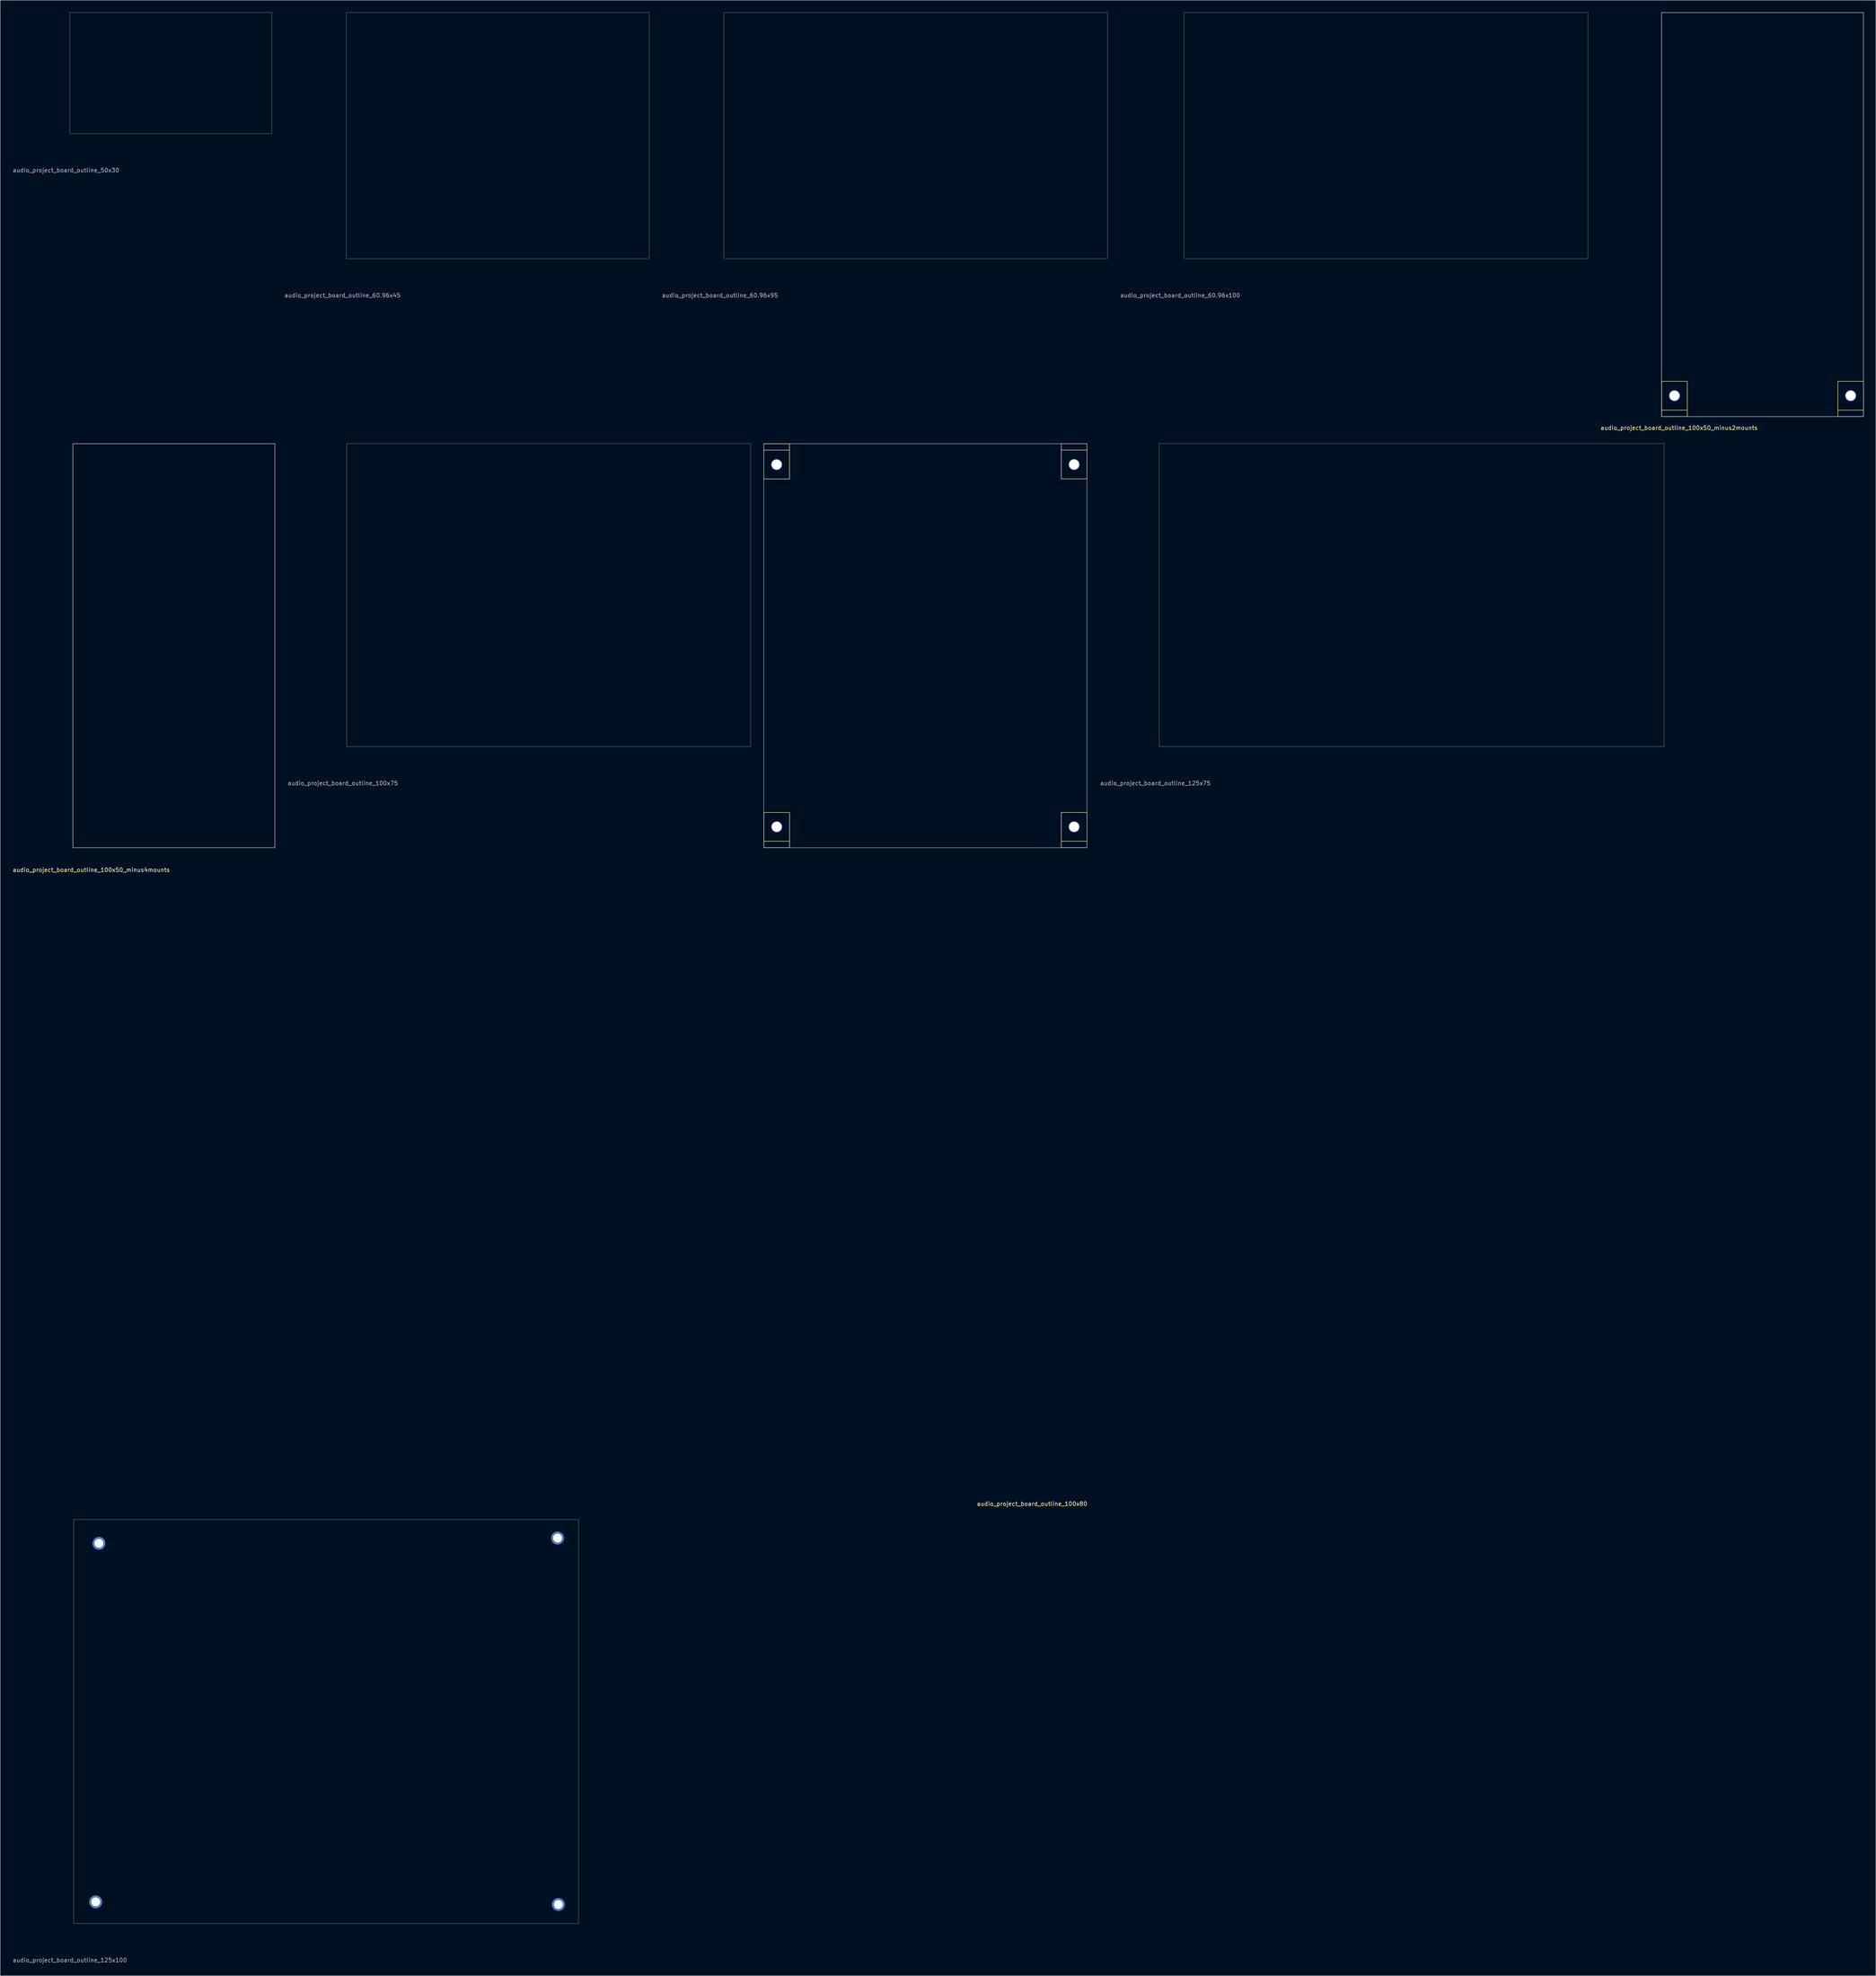
<source format=kicad_pcb>
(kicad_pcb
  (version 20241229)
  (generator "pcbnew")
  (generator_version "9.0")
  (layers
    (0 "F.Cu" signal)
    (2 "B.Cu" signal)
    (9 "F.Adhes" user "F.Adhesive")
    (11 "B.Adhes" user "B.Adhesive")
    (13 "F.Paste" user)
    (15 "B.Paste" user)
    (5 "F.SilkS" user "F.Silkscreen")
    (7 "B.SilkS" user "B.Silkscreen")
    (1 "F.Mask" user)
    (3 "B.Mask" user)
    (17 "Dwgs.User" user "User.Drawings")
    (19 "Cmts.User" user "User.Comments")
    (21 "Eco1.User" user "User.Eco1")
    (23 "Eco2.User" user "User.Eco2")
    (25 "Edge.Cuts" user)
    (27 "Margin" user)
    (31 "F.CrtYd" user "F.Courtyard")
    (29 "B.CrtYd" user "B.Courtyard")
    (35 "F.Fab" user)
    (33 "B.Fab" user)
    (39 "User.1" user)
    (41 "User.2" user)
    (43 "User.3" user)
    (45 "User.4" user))
  (footprint "audio_project_board_outline_60.96x45"
    (layer "F.Cu")
    (at 82.699 60.985)
    (property "Reference" "audio_project_board_outline_60.96x45" (at -0.95 9.075 180) (layer "F.Fab") (effects (font (size 1 1) (thickness 0.15))))
    (fp_rect (start 0 0) (end 75 -60.96) (stroke (width 0.05) (type default)) (fill no) (layer "Edge.Cuts")))
  (footprint "audio_project_board_outline_100x75"
    (layer "F.Cu")
    (at 82.781 181.733)
    (property "Reference" "audio_project_board_outline_100x75" (at -0.95 9.075 180) (layer "F.Fab") (effects (font (size 1 1) (thickness 0.15))))
    (fp_rect (start 0 0) (end 100 -75) (stroke (width 0.05) (type default)) (fill no) (layer "Edge.Cuts")))
  (footprint "audio_project_board_outline_125x75"
    (layer "F.Cu")
    (at 283.956 181.733)
    (property "Reference" "audio_project_board_outline_125x75" (at -0.95 9.075 180) (layer "F.Fab") (effects (font (size 1 1) (thickness 0.15))))
    (fp_rect (start 0 0) (end 125 -75) (stroke (width 0.05) (type solid)) (fill no) (layer "Edge.Cuts")))
  (footprint "audio_project_board_outline_60.96x95"
    (layer "F.Cu")
    (at 176.156 60.985)
    (property "Reference" "audio_project_board_outline_60.96x95" (at -0.95 9.075 180) (layer "F.Fab") (effects (font (size 1 1) (thickness 0.15))))
    (fp_rect (start 0 0) (end 95 -60.96) (stroke (width 0.05) (type default)) (fill no) (layer "Edge.Cuts")))
  (footprint "audio_project_board_outline_100x80"
    (layer "F.Cu")
    (at 186.056 206.768)
    (property "Reference" "audio_project_board_outline_100x80" (at 66.414 162.401 180) (layer "F.SilkS") (effects (font (size 1 1) (thickness 0.15))))
    (attr through_hole)
    (fp_line (start 0 -99.981) (end 0 -91.269) (stroke (width 0.12) (type solid)) (layer "F.SilkS"))
    (fp_line (start 0 -99.981) (end 6.35 -99.981) (stroke (width 0.12) (type solid)) (layer "F.SilkS"))
    (fp_line (start 0 -98.406) (end 6.35 -98.406) (stroke (width 0.12) (type solid)) (layer "F.SilkS"))
    (fp_line (start 0 -91.269) (end 6.35 -91.269) (stroke (width 0.12) (type solid)) (layer "F.SilkS"))
    (fp_line (start 0.025 -0.019) (end 0.025 -8.731) (stroke (width 0.12) (type solid)) (layer "F.SilkS"))
    (fp_line (start 6.35 -99.981) (end 6.35 -91.269) (stroke (width 0.12) (type solid)) (layer "F.SilkS"))
    (fp_line (start 6.375 -8.731) (end 0.025 -8.731) (stroke (width 0.12) (type solid)) (layer "F.SilkS"))
    (fp_line (start 6.375 -1.594) (end 0.025 -1.594) (stroke (width 0.12) (type solid)) (layer "F.SilkS"))
    (fp_line (start 6.375 -0.019) (end 0.025 -0.019) (stroke (width 0.12) (type solid)) (layer "F.SilkS"))
    (fp_line (start 6.375 -0.019) (end 6.375 -8.731) (stroke (width 0.12) (type solid)) (layer "F.SilkS"))
    (fp_line (start 73.65 -100) (end 73.65 -91.288) (stroke (width 0.12) (type solid)) (layer "F.SilkS"))
    (fp_line (start 73.65 -100) (end 80 -100) (stroke (width 0.12) (type solid)) (layer "F.SilkS"))
    (fp_line (start 73.65 -98.425) (end 80 -98.425) (stroke (width 0.12) (type solid)) (layer "F.SilkS"))
    (fp_line (start 73.65 -91.288) (end 80 -91.288) (stroke (width 0.12) (type solid)) (layer "F.SilkS"))
    (fp_line (start 73.65 -0.019) (end 73.65 -8.731) (stroke (width 0.12) (type solid)) (layer "F.SilkS"))
    (fp_line (start 80 -100) (end 80 -91.288) (stroke (width 0.12) (type solid)) (layer "F.SilkS"))
    (fp_line (start 80 -8.731) (end 73.65 -8.731) (stroke (width 0.12) (type solid)) (layer "F.SilkS"))
    (fp_line (start 80 -1.594) (end 73.65 -1.594) (stroke (width 0.12) (type solid)) (layer "F.SilkS"))
    (fp_line (start 80 -0.019) (end 73.65 -0.019) (stroke (width 0.12) (type solid)) (layer "F.SilkS"))
    (fp_line (start 80 -0.019) (end 80 -8.731) (stroke (width 0.12) (type solid)) (layer "F.SilkS"))
    (fp_rect (start 0 -100) (end 80 0) (stroke (width 0.1) (type solid)) (fill no) (layer "Edge.Cuts"))
    (pad "1" thru_hole circle (at 3.175 -94.825 90) (size 2.75 2.75) (drill 2.45) (layers "*.Cu" "*.Mask"))
    (pad "1" thru_hole circle (at 3.2 -5.175 270) (size 2.75 2.75) (drill 2.45) (layers "*.Cu" "*.Mask"))
    (pad "1" thru_hole circle (at 76.825 -94.844 90) (size 2.75 2.75) (drill 2.45) (layers "*.Cu" "*.Mask"))
    (pad "1" thru_hole circle (at 76.825 -5.175 270) (size 2.75 2.75) (drill 2.45) (layers "*.Cu" "*.Mask")))
  (footprint "audio_project_board_outline_100x50_minus2mounts"
    (layer "F.Cu")
    (at 408.318 100.06)
    (property "Reference" "audio_project_board_outline_100x50_minus2mounts" (at 4.35 2.8 180) (layer "F.SilkS") (effects (font (size 1 1) (thickness 0.15))))
    (attr through_hole)
    (fp_line (start 0.025 -0.019) (end 0.025 -8.731) (stroke (width 0.12) (type solid)) (layer "F.SilkS"))
    (fp_line (start 6.375 -8.731) (end 0.025 -8.731) (stroke (width 0.12) (type solid)) (layer "F.SilkS"))
    (fp_line (start 6.375 -1.594) (end 0.025 -1.594) (stroke (width 0.12) (type solid)) (layer "F.SilkS"))
    (fp_line (start 6.375 -0.019) (end 0.025 -0.019) (stroke (width 0.12) (type solid)) (layer "F.SilkS"))
    (fp_line (start 6.375 -0.019) (end 6.375 -8.731) (stroke (width 0.12) (type solid)) (layer "F.SilkS"))
    (fp_line (start 43.65 -0.019) (end 43.65 -8.731) (stroke (width 0.12) (type solid)) (layer "F.SilkS"))
    (fp_line (start 50 -8.731) (end 43.65 -8.731) (stroke (width 0.12) (type solid)) (layer "F.SilkS"))
    (fp_line (start 50 -1.594) (end 43.65 -1.594) (stroke (width 0.12) (type solid)) (layer "F.SilkS"))
    (fp_line (start 50 -0.019) (end 43.65 -0.019) (stroke (width 0.12) (type solid)) (layer "F.SilkS"))
    (fp_line (start 50 -0.019) (end 50 -8.731) (stroke (width 0.12) (type solid)) (layer "F.SilkS"))
    (fp_line (start 0 -100) (end 50 -100) (stroke (width 0.12) (type solid)) (layer "Edge.Cuts"))
    (fp_line (start 0 0) (end 0 -100) (stroke (width 0.12) (type solid)) (layer "Edge.Cuts"))
    (fp_line (start 0 0) (end 50 0) (stroke (width 0.12) (type solid)) (layer "Edge.Cuts"))
    (fp_line (start 50 0) (end 50 -100) (stroke (width 0.12) (type solid)) (layer "Edge.Cuts"))
    (pad "1" thru_hole circle (at 3.2 -5.175 270) (size 2.75 2.75) (drill 2.45) (layers "*.Cu" "*.Mask"))
    (pad "1" thru_hole circle (at 46.825 -5.175 270) (size 2.75 2.75) (drill 2.45) (layers "*.Cu" "*.Mask")))
  (footprint "audio_project_board_outline_100x50_minus4mounts"
    (layer "F.Cu")
    (at 15.004 206.768)
    (property "Reference" "audio_project_board_outline_100x50_minus4mounts" (at 4.55 5.5 180) (layer "F.SilkS") (effects (font (size 1 1) (thickness 0.15))))
    (attr through_hole)
    (fp_line (start 0 -100) (end 50 -100) (stroke (width 0.12) (type solid)) (layer "Edge.Cuts"))
    (fp_line (start 0 0) (end 0 -100) (stroke (width 0.12) (type solid)) (layer "Edge.Cuts"))
    (fp_line (start 0 0) (end 50 0) (stroke (width 0.12) (type solid)) (layer "Edge.Cuts"))
    (fp_line (start 50 0) (end 50 -100) (stroke (width 0.12) (type solid)) (layer "Edge.Cuts")))
  (footprint "audio_project_board_outline_50x30"
    (layer "F.Cu")
    (at 14.242 30.025)
    (property "Reference" "audio_project_board_outline_50x30" (at -0.95 9.075 180) (layer "F.Fab") (effects (font (size 1 1) (thickness 0.15))))
    (fp_rect (start 0 -30) (end 50 0) (stroke (width 0.05) (type solid)) (fill no) (layer "Edge.Cuts")))
  (footprint "audio_project_board_outline_60.96x100"
    (layer "F.Cu")
    (at 290.089 60.985)
    (property "Reference" "audio_project_board_outline_60.96x100" (at -0.95 9.075 180) (layer "F.Fab") (effects (font (size 1 1) (thickness 0.15))))
    (fp_rect (start 0 0) (end 100 -60.96) (stroke (width 0.05) (type default)) (fill no) (layer "Edge.Cuts")))
  (footprint "audio_project_board_outline_125x100"
    (layer "F.Cu")
    (at 15.194 473.043)
    (property "Reference" "audio_project_board_outline_125x100" (at -0.95 9.075 180) (layer "F.Fab") (effects (font (size 1 1) (thickness 0.15))))
    (fp_rect (start 0 0) (end 125 -100) (stroke (width 0.05) (type solid)) (fill no) (layer "Edge.Cuts"))
    (pad "1" thru_hole circle (at 5.45 -5.35) (size 3.2 3.2) (drill 2.2) (layers "*.Cu" "*.Mask"))
    (pad "1" thru_hole circle (at 6.25 -94.1) (size 3.2 3.2) (drill 2.2) (layers "*.Cu" "*.Mask"))
    (pad "1" thru_hole circle (at 119.8 -95.4) (size 3.2 3.2) (drill 2.2) (layers "*.Cu" "*.Mask"))
    (pad "1" thru_hole circle (at 120 -4.7) (size 3.2 3.2) (drill 2.2) (layers "*.Cu" "*.Mask")))
  (gr_rect
    (start -3 -3)
    (end 461.378 485.966)
    (stroke (width 0.1) (type default))
    (fill no)
    (layer "Edge.Cuts")))
</source>
